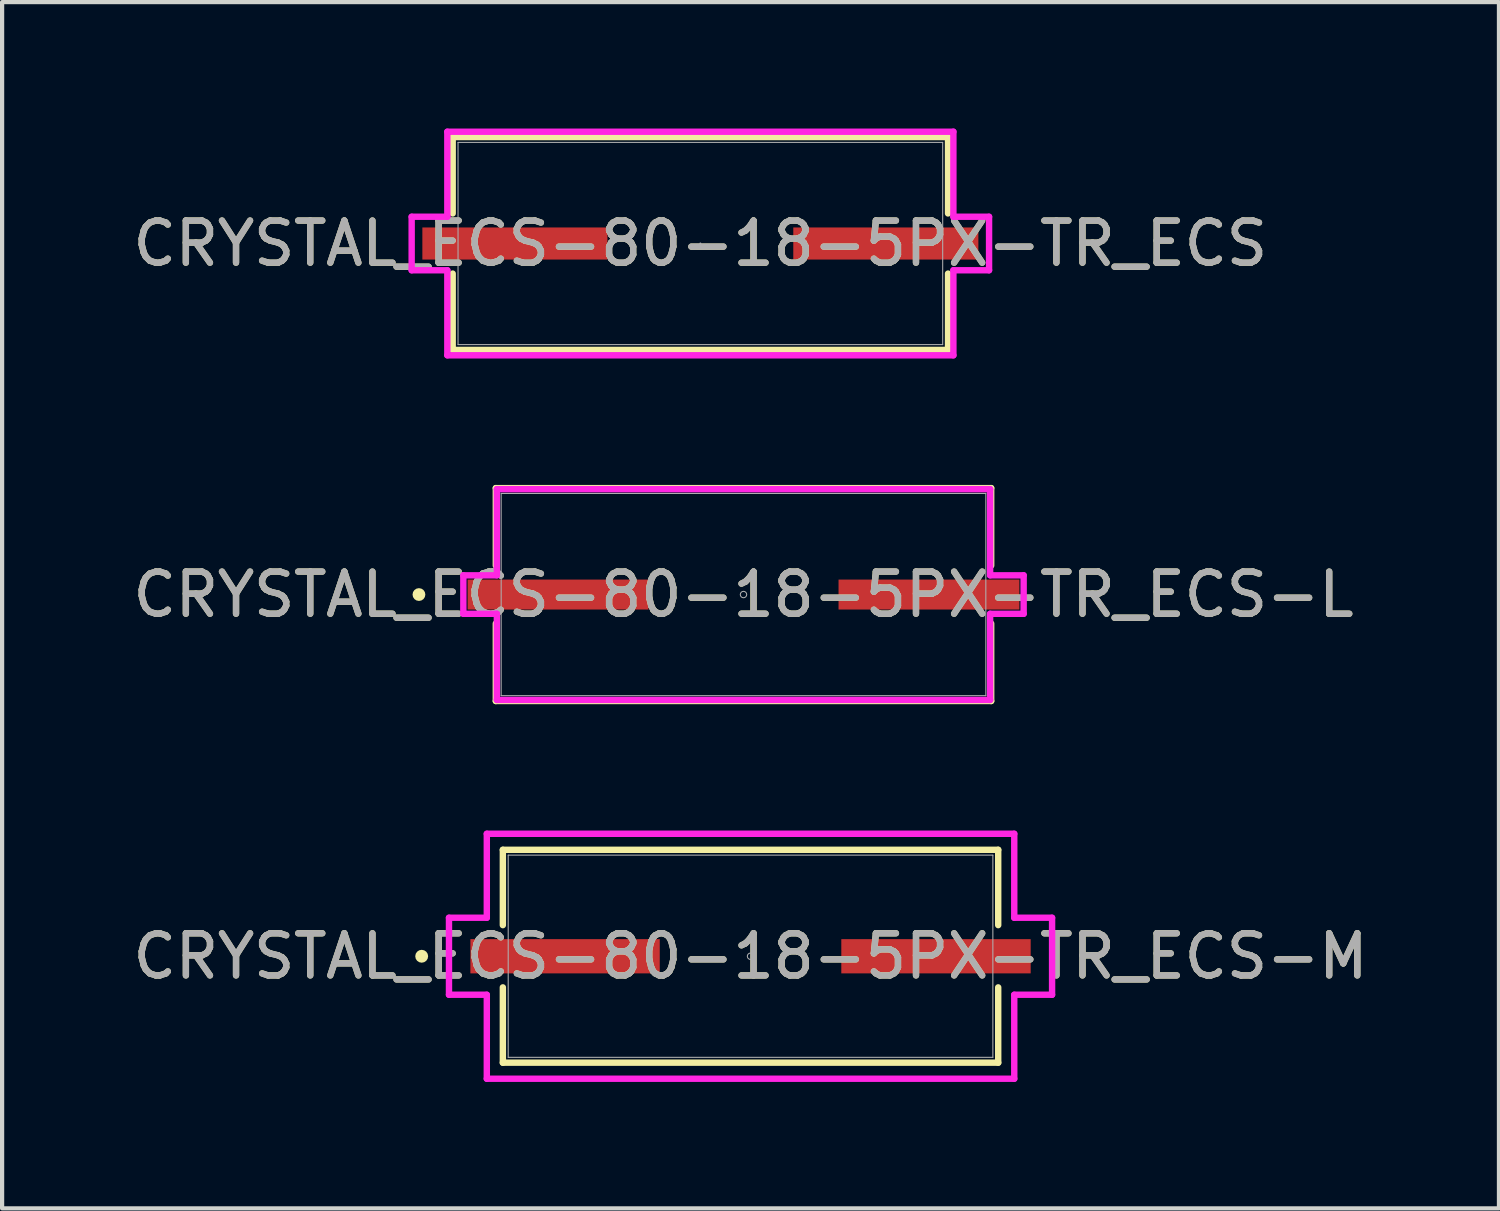
<source format=kicad_pcb>
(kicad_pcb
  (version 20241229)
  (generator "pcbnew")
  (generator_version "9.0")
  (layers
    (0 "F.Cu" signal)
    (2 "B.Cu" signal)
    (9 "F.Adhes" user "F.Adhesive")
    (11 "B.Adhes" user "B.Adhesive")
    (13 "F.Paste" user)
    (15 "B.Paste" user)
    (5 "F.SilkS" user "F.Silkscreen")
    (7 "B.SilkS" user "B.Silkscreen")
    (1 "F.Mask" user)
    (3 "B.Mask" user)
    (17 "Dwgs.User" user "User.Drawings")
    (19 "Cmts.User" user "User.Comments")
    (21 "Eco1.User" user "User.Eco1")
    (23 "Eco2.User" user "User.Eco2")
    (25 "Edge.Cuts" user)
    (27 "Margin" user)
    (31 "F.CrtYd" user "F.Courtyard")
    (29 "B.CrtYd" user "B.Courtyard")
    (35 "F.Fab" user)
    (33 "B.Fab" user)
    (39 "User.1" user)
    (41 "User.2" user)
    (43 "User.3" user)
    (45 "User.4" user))
  (footprint "CRYSTAL_ECS-80-18-5PX-TR_ECS-L"
    (layer "F.Cu")
    (at 14.601 11.065)
    (property "Reference" "CRYSTAL_ECS-80-18-5PX-TR_ECS-L" (at 0 0 0) (unlocked yes) (layer "F.SilkS") (effects (font (size 1 1) (thickness 0.15))))
    (attr smd)
    (fp_line (start -5.88 -2.527) (end -5.88 -0.688) (stroke (width 0.152) (type solid)) (layer "F.SilkS"))
    (fp_line (start -5.88 0.688) (end -5.88 2.527) (stroke (width 0.152) (type solid)) (layer "F.SilkS"))
    (fp_line (start -5.88 2.527) (end 5.88 2.527) (stroke (width 0.152) (type solid)) (layer "F.SilkS"))
    (fp_line (start 5.88 -2.527) (end -5.88 -2.527) (stroke (width 0.152) (type solid)) (layer "F.SilkS"))
    (fp_line (start 5.88 -0.688) (end 5.88 -2.527) (stroke (width 0.152) (type solid)) (layer "F.SilkS"))
    (fp_line (start 5.88 2.527) (end 5.88 0.688) (stroke (width 0.152) (type solid)) (layer "F.SilkS"))
    (fp_circle (center -7.705 0) (end -7.629 0) (stroke (width 0.152) (type solid)) (fill no) (layer "F.SilkS"))
    (fp_line (start -6.651 -0.457) (end -5.855 -0.457) (stroke (width 0.152) (type solid)) (layer "F.CrtYd"))
    (fp_line (start -6.651 0.457) (end -6.651 -0.457) (stroke (width 0.152) (type solid)) (layer "F.CrtYd"))
    (fp_line (start -6.651 0.457) (end -5.855 0.457) (stroke (width 0.152) (type solid)) (layer "F.CrtYd"))
    (fp_line (start -5.855 -2.502) (end 5.855 -2.502) (stroke (width 0.152) (type solid)) (layer "F.CrtYd"))
    (fp_line (start -5.855 -0.457) (end -5.855 -2.502) (stroke (width 0.152) (type solid)) (layer "F.CrtYd"))
    (fp_line (start -5.855 2.502) (end -5.855 0.457) (stroke (width 0.152) (type solid)) (layer "F.CrtYd"))
    (fp_line (start 5.855 -2.502) (end 5.855 -0.457) (stroke (width 0.152) (type solid)) (layer "F.CrtYd"))
    (fp_line (start 5.855 0.457) (end 5.855 2.502) (stroke (width 0.152) (type solid)) (layer "F.CrtYd"))
    (fp_line (start 5.855 2.502) (end -5.855 2.502) (stroke (width 0.152) (type solid)) (layer "F.CrtYd"))
    (fp_line (start 6.651 -0.457) (end 5.855 -0.457) (stroke (width 0.152) (type solid)) (layer "F.CrtYd"))
    (fp_line (start 6.651 -0.457) (end 6.651 0.457) (stroke (width 0.152) (type solid)) (layer "F.CrtYd"))
    (fp_line (start 6.651 0.457) (end 5.855 0.457) (stroke (width 0.152) (type solid)) (layer "F.CrtYd"))
    (fp_line (start -5.753 -2.4) (end -5.753 2.4) (stroke (width 0.025) (type solid)) (layer "F.Fab"))
    (fp_line (start -5.753 2.4) (end 5.753 2.4) (stroke (width 0.025) (type solid)) (layer "F.Fab"))
    (fp_line (start 5.753 -2.4) (end -5.753 -2.4) (stroke (width 0.025) (type solid)) (layer "F.Fab"))
    (fp_line (start 5.753 2.4) (end 5.753 -2.4) (stroke (width 0.025) (type solid)) (layer "F.Fab"))
    (fp_circle (center 0 0) (end 0.076 0) (stroke (width 0.025) (type solid)) (fill no) (layer "F.Fab"))
    (fp_text user "${REFERENCE}" (at 0 0 0) (unlocked yes) (layer "F.Fab") (effects (font (size 1 1) (thickness 0.15))))
    (pad "1" smd rect (at -4.403 0) (size 4.293 0.711) (layers "F.Cu" "F.Mask" "F.Paste"))
    (pad "2" smd rect (at 4.403 0) (size 4.293 0.711) (layers "F.Cu" "F.Mask" "F.Paste")))
  (footprint "CRYSTAL_ECS-80-18-5PX-TR_ECS-M"
    (layer "F.Cu")
    (at 14.768 19.652)
    (property "Reference" "CRYSTAL_ECS-80-18-5PX-TR_ECS-M" (at 0 0 0) (unlocked yes) (layer "F.SilkS") (effects (font (size 1 1) (thickness 0.15))))
    (attr smd)
    (fp_line (start -5.88 -2.527) (end -5.88 -0.739) (stroke (width 0.152) (type solid)) (layer "F.SilkS"))
    (fp_line (start -5.88 0.739) (end -5.88 2.527) (stroke (width 0.152) (type solid)) (layer "F.SilkS"))
    (fp_line (start -5.88 2.527) (end 5.88 2.527) (stroke (width 0.152) (type solid)) (layer "F.SilkS"))
    (fp_line (start 5.88 -2.527) (end -5.88 -2.527) (stroke (width 0.152) (type solid)) (layer "F.SilkS"))
    (fp_line (start 5.88 -0.739) (end 5.88 -2.527) (stroke (width 0.152) (type solid)) (layer "F.SilkS"))
    (fp_line (start 5.88 2.527) (end 5.88 0.739) (stroke (width 0.152) (type solid)) (layer "F.SilkS"))
    (fp_circle (center -7.807 0) (end -7.73 0) (stroke (width 0.152) (type solid)) (fill no) (layer "F.SilkS"))
    (fp_line (start -7.159 -0.914) (end -6.261 -0.914) (stroke (width 0.152) (type solid)) (layer "F.CrtYd"))
    (fp_line (start -7.159 0.914) (end -7.159 -0.914) (stroke (width 0.152) (type solid)) (layer "F.CrtYd"))
    (fp_line (start -7.159 0.914) (end -6.261 0.914) (stroke (width 0.152) (type solid)) (layer "F.CrtYd"))
    (fp_line (start -6.261 -2.908) (end 6.261 -2.908) (stroke (width 0.152) (type solid)) (layer "F.CrtYd"))
    (fp_line (start -6.261 -0.914) (end -6.261 -2.908) (stroke (width 0.152) (type solid)) (layer "F.CrtYd"))
    (fp_line (start -6.261 2.908) (end -6.261 0.914) (stroke (width 0.152) (type solid)) (layer "F.CrtYd"))
    (fp_line (start 6.261 -2.908) (end 6.261 -0.914) (stroke (width 0.152) (type solid)) (layer "F.CrtYd"))
    (fp_line (start 6.261 0.914) (end 6.261 2.908) (stroke (width 0.152) (type solid)) (layer "F.CrtYd"))
    (fp_line (start 6.261 2.908) (end -6.261 2.908) (stroke (width 0.152) (type solid)) (layer "F.CrtYd"))
    (fp_line (start 7.159 -0.914) (end 6.261 -0.914) (stroke (width 0.152) (type solid)) (layer "F.CrtYd"))
    (fp_line (start 7.159 -0.914) (end 7.159 0.914) (stroke (width 0.152) (type solid)) (layer "F.CrtYd"))
    (fp_line (start 7.159 0.914) (end 6.261 0.914) (stroke (width 0.152) (type solid)) (layer "F.CrtYd"))
    (fp_line (start -5.753 -2.4) (end -5.753 2.4) (stroke (width 0.025) (type solid)) (layer "F.Fab"))
    (fp_line (start -5.753 2.4) (end 5.753 2.4) (stroke (width 0.025) (type solid)) (layer "F.Fab"))
    (fp_line (start 5.753 -2.4) (end -5.753 -2.4) (stroke (width 0.025) (type solid)) (layer "F.Fab"))
    (fp_line (start 5.753 2.4) (end 5.753 -2.4) (stroke (width 0.025) (type solid)) (layer "F.Fab"))
    (fp_circle (center 0 0) (end 0.076 0) (stroke (width 0.025) (type solid)) (fill no) (layer "F.Fab"))
    (fp_text user "${REFERENCE}" (at 0 0 0) (unlocked yes) (layer "F.Fab") (effects (font (size 1 1) (thickness 0.15))))
    (pad "1" smd rect (at -4.403 0) (size 4.496 0.813) (layers "F.Cu" "F.Mask" "F.Paste"))
    (pad "2" smd rect (at 4.403 0) (size 4.496 0.813) (layers "F.Cu" "F.Mask" "F.Paste")))
  (footprint "CRYSTAL_ECS-80-18-5PX-TR_ECS"
    (layer "F.Cu")
    (at 13.577 2.731)
    (property "Reference" "CRYSTAL_ECS-80-18-5PX-TR_ECS" (at 0 0 0) (unlocked yes) (layer "F.SilkS") (effects (font (size 1 1) (thickness 0.15))))
    (attr smd)
    (fp_line (start -5.88 -2.527) (end -5.88 -0.714) (stroke (width 0.152) (type solid)) (layer "F.SilkS"))
    (fp_line (start -5.88 0.714) (end -5.88 2.527) (stroke (width 0.152) (type solid)) (layer "F.SilkS"))
    (fp_line (start -5.88 2.527) (end 5.88 2.527) (stroke (width 0.152) (type solid)) (layer "F.SilkS"))
    (fp_line (start 5.88 -2.527) (end -5.88 -2.527) (stroke (width 0.152) (type solid)) (layer "F.SilkS"))
    (fp_line (start 5.88 -0.714) (end 5.88 -2.527) (stroke (width 0.152) (type solid)) (layer "F.SilkS"))
    (fp_line (start 5.88 2.527) (end 5.88 0.714) (stroke (width 0.152) (type solid)) (layer "F.SilkS"))
    (fp_line (start -6.854 -0.635) (end -6.007 -0.635) (stroke (width 0.152) (type solid)) (layer "F.CrtYd"))
    (fp_line (start -6.854 0.635) (end -6.854 -0.635) (stroke (width 0.152) (type solid)) (layer "F.CrtYd"))
    (fp_line (start -6.854 0.635) (end -6.007 0.635) (stroke (width 0.152) (type solid)) (layer "F.CrtYd"))
    (fp_line (start -6.007 -2.654) (end 6.007 -2.654) (stroke (width 0.152) (type solid)) (layer "F.CrtYd"))
    (fp_line (start -6.007 -0.635) (end -6.007 -2.654) (stroke (width 0.152) (type solid)) (layer "F.CrtYd"))
    (fp_line (start -6.007 2.654) (end -6.007 0.635) (stroke (width 0.152) (type solid)) (layer "F.CrtYd"))
    (fp_line (start 6.007 -2.654) (end 6.007 -0.635) (stroke (width 0.152) (type solid)) (layer "F.CrtYd"))
    (fp_line (start 6.007 0.635) (end 6.007 2.654) (stroke (width 0.152) (type solid)) (layer "F.CrtYd"))
    (fp_line (start 6.007 2.654) (end -6.007 2.654) (stroke (width 0.152) (type solid)) (layer "F.CrtYd"))
    (fp_line (start 6.854 -0.635) (end 6.007 -0.635) (stroke (width 0.152) (type solid)) (layer "F.CrtYd"))
    (fp_line (start 6.854 -0.635) (end 6.854 0.635) (stroke (width 0.152) (type solid)) (layer "F.CrtYd"))
    (fp_line (start 6.854 0.635) (end 6.007 0.635) (stroke (width 0.152) (type solid)) (layer "F.CrtYd"))
    (fp_line (start -5.753 -2.4) (end -5.753 2.4) (stroke (width 0.025) (type solid)) (layer "F.Fab"))
    (fp_line (start -5.753 2.4) (end 5.753 2.4) (stroke (width 0.025) (type solid)) (layer "F.Fab"))
    (fp_line (start 5.753 -2.4) (end -5.753 -2.4) (stroke (width 0.025) (type solid)) (layer "F.Fab"))
    (fp_line (start 5.753 2.4) (end 5.753 -2.4) (stroke (width 0.025) (type solid)) (layer "F.Fab"))
    (fp_circle (center 0 0) (end 0 0) (stroke (width 0.025) (type solid)) (fill no) (layer "F.Fab"))
    (fp_text user "${REFERENCE}" (at 0 0 0) (unlocked yes) (layer "F.Fab") (effects (font (size 1 1) (thickness 0.15))))
    (pad "1" smd rect (at -4.403 0) (size 4.394 0.762) (layers "F.Cu" "F.Mask" "F.Paste"))
    (pad "2" smd rect (at 4.403 0) (size 4.394 0.762) (layers "F.Cu" "F.Mask" "F.Paste")))
  (gr_rect
    (start -3 -3)
    (end 32.536 25.637)
    (stroke (width 0.1) (type default))
    (fill no)
    (layer "Edge.Cuts")))
</source>
